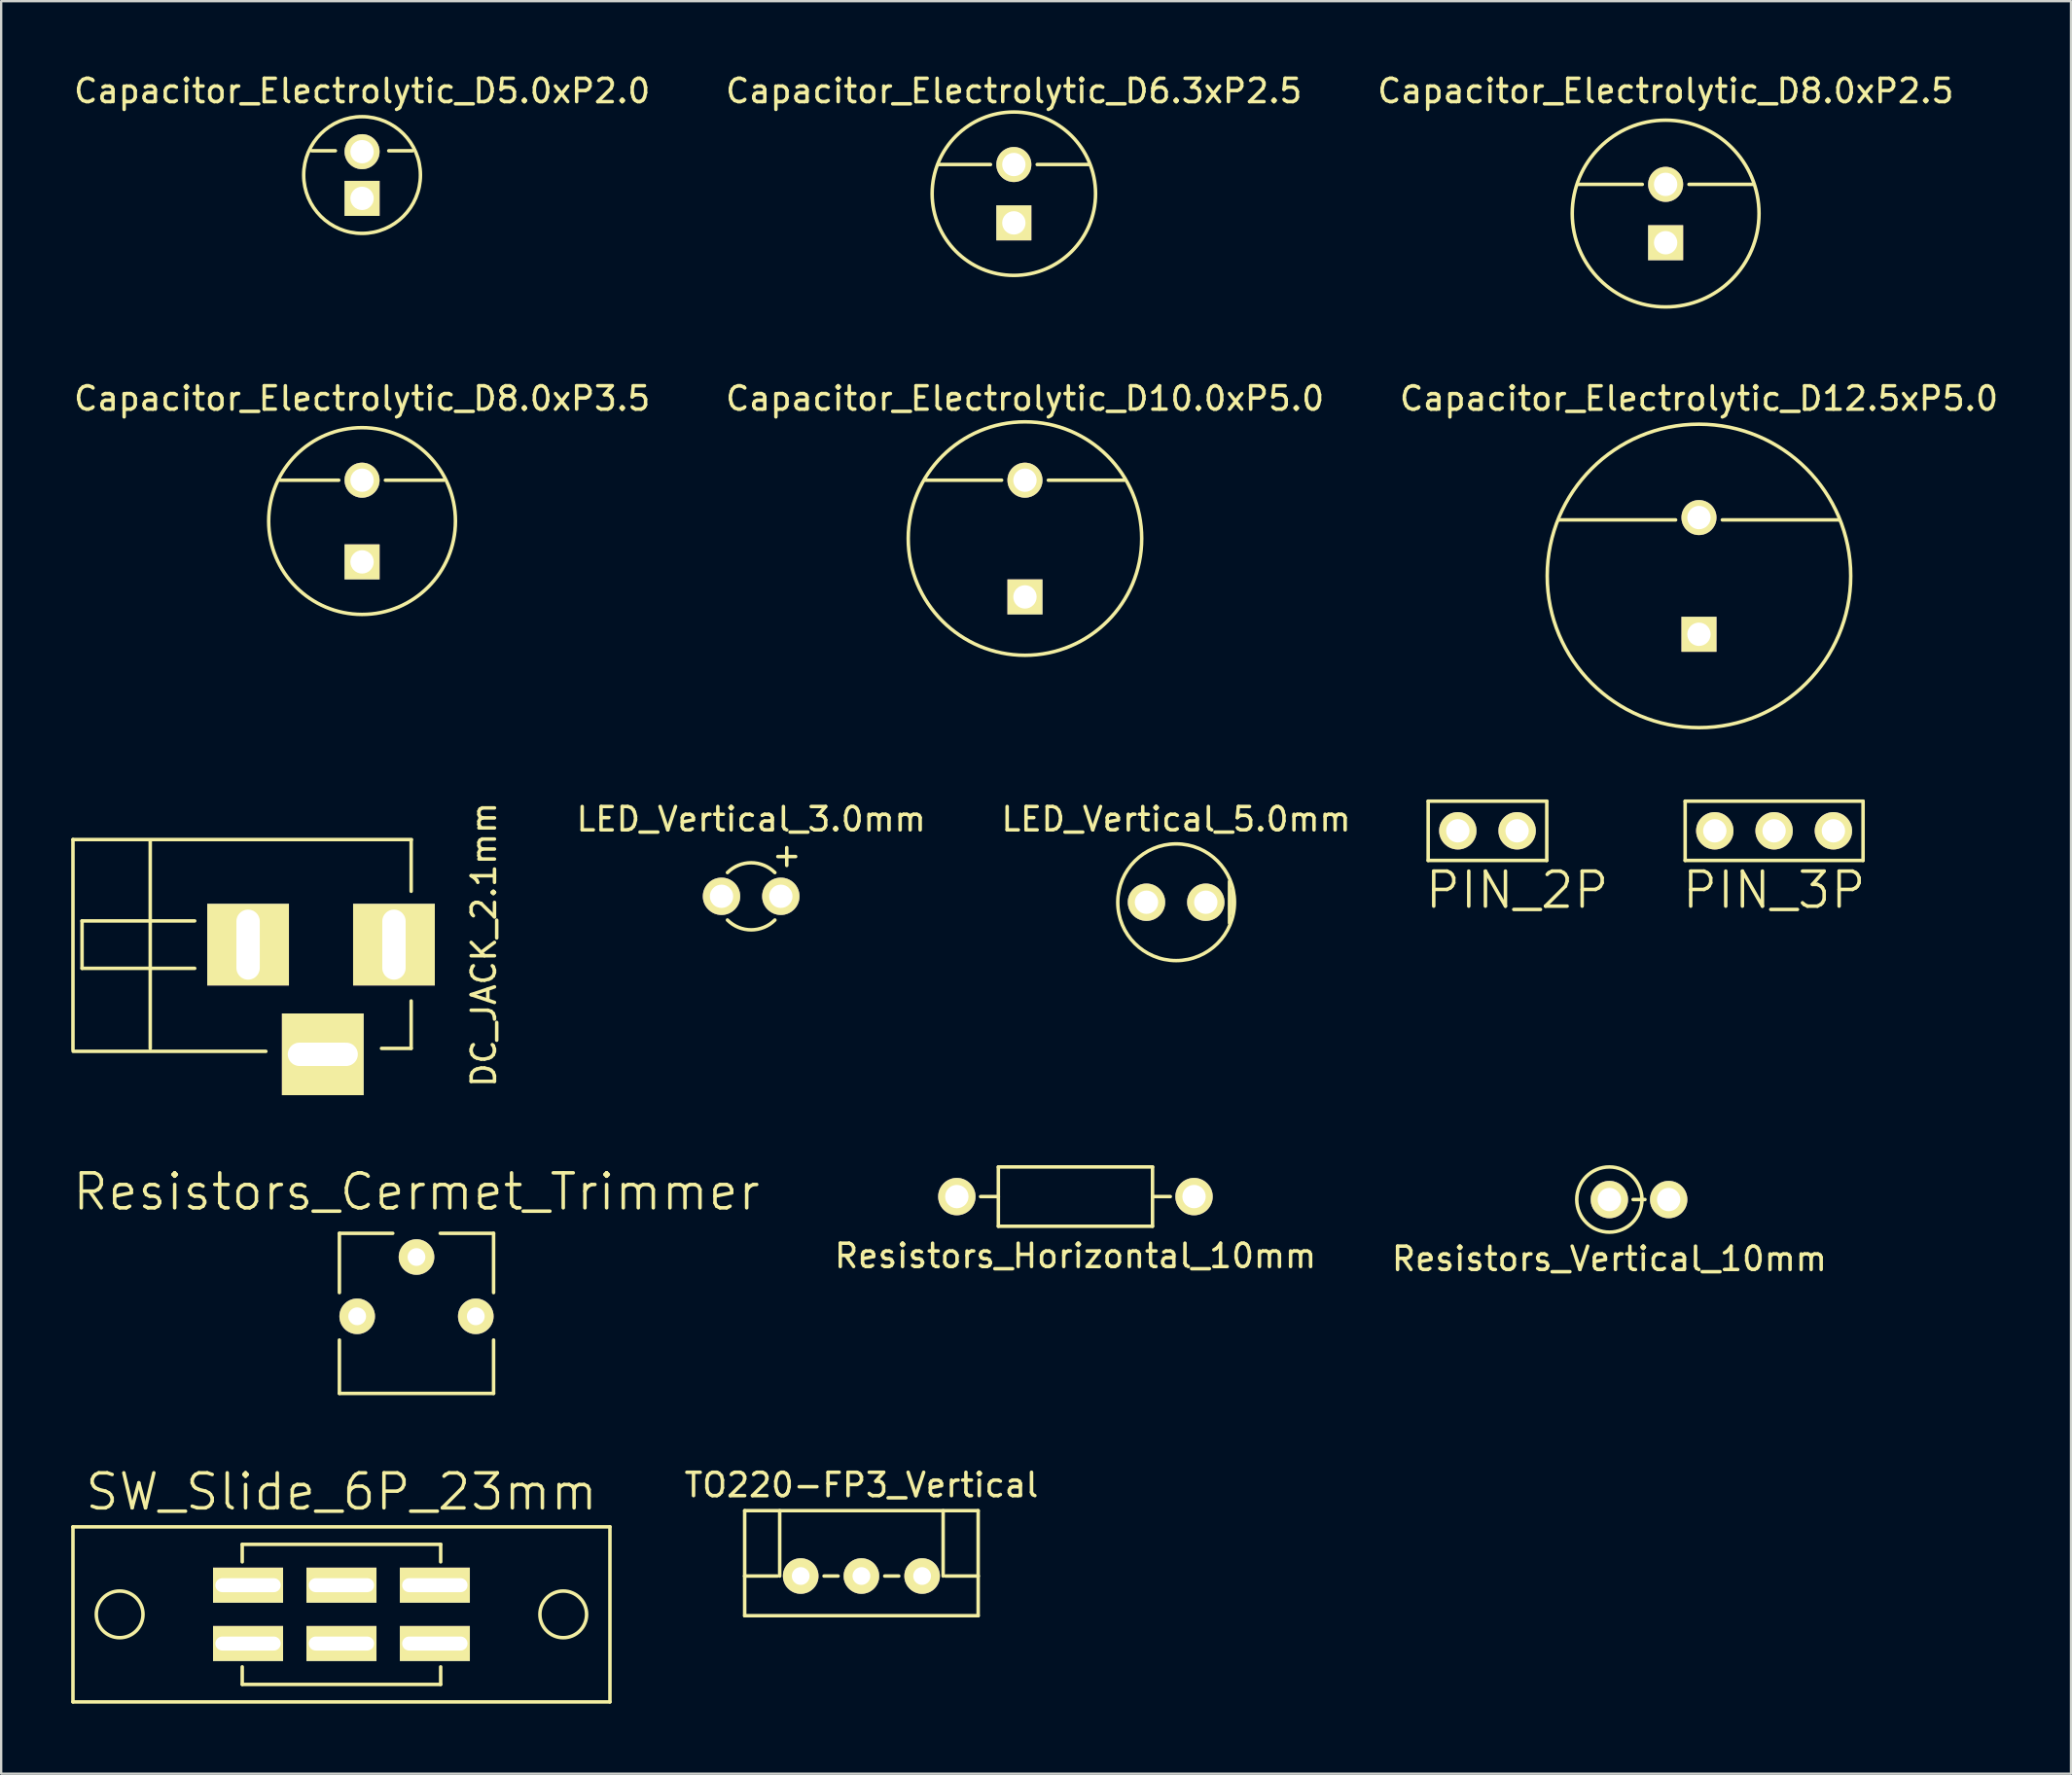
<source format=kicad_pcb>
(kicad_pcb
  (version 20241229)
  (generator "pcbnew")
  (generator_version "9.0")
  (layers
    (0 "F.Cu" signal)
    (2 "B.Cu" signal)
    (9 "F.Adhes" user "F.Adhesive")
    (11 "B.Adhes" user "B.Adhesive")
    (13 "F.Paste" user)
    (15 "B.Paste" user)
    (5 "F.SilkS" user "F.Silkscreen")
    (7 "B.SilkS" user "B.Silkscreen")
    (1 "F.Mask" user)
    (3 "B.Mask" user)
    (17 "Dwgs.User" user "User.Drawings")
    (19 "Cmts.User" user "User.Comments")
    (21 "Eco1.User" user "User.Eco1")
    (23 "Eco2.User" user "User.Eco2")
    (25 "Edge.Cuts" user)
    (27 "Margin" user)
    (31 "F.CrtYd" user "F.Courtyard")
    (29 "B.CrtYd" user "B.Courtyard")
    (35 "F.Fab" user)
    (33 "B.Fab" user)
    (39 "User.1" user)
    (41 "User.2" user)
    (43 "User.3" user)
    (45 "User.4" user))
  (footprint "DC_JACK_2.1mm"
    (layer "F.Cu")
    (at 7.576 37.417)
    (property "Reference" "DC_JACK_2.1mm" (at 10.099 0 90) (layer "F.SilkS") (effects (font (size 1 1) (thickness 0.15))))
    (attr through_hole)
    (fp_line (start -7.501 -4.501) (end -7.501 4.501) (stroke (width 0.15) (type solid)) (layer "F.SilkS"))
    (fp_line (start -7.493 4.572) (end 0.762 4.572) (stroke (width 0.15) (type solid)) (layer "F.SilkS"))
    (fp_line (start -7.112 -1.016) (end -7.112 1.016) (stroke (width 0.15) (type solid)) (layer "F.SilkS"))
    (fp_line (start -7.112 -1.016) (end -2.286 -1.016) (stroke (width 0.15) (type solid)) (layer "F.SilkS"))
    (fp_line (start -7.112 1.016) (end -2.286 1.016) (stroke (width 0.15) (type solid)) (layer "F.SilkS"))
    (fp_line (start -4.191 -4.445) (end -4.191 4.445) (stroke (width 0.15) (type solid)) (layer "F.SilkS"))
    (fp_line (start 6.985 -2.286) (end 6.985 -4.445) (stroke (width 0.15) (type solid)) (layer "F.SilkS"))
    (fp_line (start 6.985 4.445) (end 5.715 4.445) (stroke (width 0.15) (type solid)) (layer "F.SilkS"))
    (fp_line (start 6.985 4.445) (end 6.985 2.413) (stroke (width 0.15) (type solid)) (layer "F.SilkS"))
    (fp_line (start 7 -4.501) (end -7.501 -4.501) (stroke (width 0.15) (type solid)) (layer "F.SilkS"))
    (pad "1" thru_hole rect (at 6.248 0) (size 3.5 3.5) (drill oval 1 3) (layers "*.Cu" "*.Mask" "F.SilkS"))
    (pad "2" thru_hole rect (at 0 0) (size 3.5 3.5) (drill oval 1 3) (layers "*.Cu" "*.Mask" "F.SilkS"))
    (pad "3" thru_hole rect (at 3.2 4.699) (size 3.5 3.5) (drill oval 3 1) (layers "*.Cu" "*.Mask" "F.SilkS")))
  (footprint "Resistors_Horizontal_10mm"
    (layer "F.Cu")
    (at 43.013 48.211)
    (property "Reference" "Resistors_Horizontal_10mm" (at 0 2.54 0) (layer "F.SilkS") (effects (font (size 1 1) (thickness 0.15))))
    (attr through_hole)
    (fp_line (start -3.302 -1.27) (end 3.302 -1.27) (stroke (width 0.15) (type solid)) (layer "F.SilkS"))
    (fp_line (start -3.302 0) (end -4.064 0) (stroke (width 0.15) (type solid)) (layer "F.SilkS"))
    (fp_line (start -3.302 1.27) (end -3.302 -1.27) (stroke (width 0.15) (type solid)) (layer "F.SilkS"))
    (fp_line (start 3.302 -1.27) (end 3.302 1.27) (stroke (width 0.15) (type solid)) (layer "F.SilkS"))
    (fp_line (start 3.302 0) (end 4.064 0) (stroke (width 0.15) (type solid)) (layer "F.SilkS"))
    (fp_line (start 3.302 1.27) (end -3.302 1.27) (stroke (width 0.15) (type solid)) (layer "F.SilkS"))
    (pad "1" thru_hole circle (at -5.08 0) (size 1.6 1.6) (drill 1) (layers "*.Cu" "*.Mask" "F.SilkS"))
    (pad "2" thru_hole circle (at 5.08 0) (size 1.6 1.6) (drill 1) (layers "*.Cu" "*.Mask" "F.SilkS")))
  (footprint "PIN_2P"
    (layer "F.Cu")
    (at 59.391 32.541)
    (property "Reference" "PIN_2P" (at 2.54 2.54 0) (layer "F.SilkS") (effects (font (size 1.5 1.5) (thickness 0.15))))
    (attr through_hole)
    (fp_line (start -1.27 -1.27) (end 3.81 -1.27) (stroke (width 0.15) (type solid)) (layer "F.SilkS"))
    (fp_line (start -1.27 1.27) (end -1.27 -1.27) (stroke (width 0.15) (type solid)) (layer "F.SilkS"))
    (fp_line (start -1.27 1.27) (end 3.81 1.27) (stroke (width 0.15) (type solid)) (layer "F.SilkS"))
    (fp_line (start 3.81 -1.27) (end 3.81 1.27) (stroke (width 0.15) (type solid)) (layer "F.SilkS"))
    (pad "1" thru_hole circle (at 0 0) (size 1.6 1.6) (drill 1) (layers "*.Cu" "*.Mask" "F.SilkS"))
    (pad "2" thru_hole circle (at 2.54 0) (size 1.6 1.6) (drill 1) (layers "*.Cu" "*.Mask" "F.SilkS")))
  (footprint "Resistors_Cermet_Trimmer"
    (layer "F.Cu")
    (at 14.789 50.8)
    (property "Reference" "Resistors_Cermet_Trimmer" (at 0 -2.794 0) (layer "F.SilkS") (effects (font (size 1.5 1.5) (thickness 0.15))))
    (attr through_hole)
    (fp_line (start -3.302 -1.016) (end -3.302 1.524) (stroke (width 0.15) (type solid)) (layer "F.SilkS"))
    (fp_line (start -3.302 3.556) (end -3.302 5.842) (stroke (width 0.15) (type solid)) (layer "F.SilkS"))
    (fp_line (start -3.302 5.842) (end 3.302 5.842) (stroke (width 0.15) (type solid)) (layer "F.SilkS"))
    (fp_line (start -1.016 -1.016) (end -3.302 -1.016) (stroke (width 0.15) (type solid)) (layer "F.SilkS"))
    (fp_line (start 1.016 -1.016) (end 3.302 -1.016) (stroke (width 0.15) (type solid)) (layer "F.SilkS"))
    (fp_line (start 3.302 -1.016) (end 3.302 1.524) (stroke (width 0.15) (type solid)) (layer "F.SilkS"))
    (fp_line (start 3.302 5.842) (end 3.302 3.556) (stroke (width 0.15) (type solid)) (layer "F.SilkS"))
    (pad "1" thru_hole circle (at 2.54 2.54) (size 1.524 1.524) (drill 0.762) (layers "*.Cu" "*.Mask" "F.SilkS"))
    (pad "2" thru_hole circle (at 0 0) (size 1.524 1.524) (drill 0.762) (layers "*.Cu" "*.Mask" "F.SilkS"))
    (pad "3" thru_hole circle (at -2.54 2.54) (size 1.524 1.524) (drill 0.762) (layers "*.Cu" "*.Mask" "F.SilkS")))
  (footprint "PIN_3P"
    (layer "F.Cu")
    (at 72.938 32.541)
    (property "Reference" "PIN_3P" (at 0 2.54 0) (layer "F.SilkS") (effects (font (size 1.5 1.5) (thickness 0.15))))
    (attr through_hole)
    (fp_line (start -3.81 -1.27) (end 3.81 -1.27) (stroke (width 0.15) (type solid)) (layer "F.SilkS"))
    (fp_line (start -3.81 1.27) (end -3.81 -1.27) (stroke (width 0.15) (type solid)) (layer "F.SilkS"))
    (fp_line (start 3.81 -1.27) (end 3.81 1.27) (stroke (width 0.15) (type solid)) (layer "F.SilkS"))
    (fp_line (start 3.81 1.27) (end -3.81 1.27) (stroke (width 0.15) (type solid)) (layer "F.SilkS"))
    (pad "1" thru_hole circle (at -2.54 0) (size 1.6 1.6) (drill 1) (layers "*.Cu" "*.Mask" "F.SilkS"))
    (pad "2" thru_hole circle (at 0 0) (size 1.6 1.6) (drill 1) (layers "*.Cu" "*.Mask" "F.SilkS"))
    (pad "3" thru_hole circle (at 2.54 0) (size 1.6 1.6) (drill 1) (layers "*.Cu" "*.Mask" "F.SilkS")))
  (footprint "Capacitor_Electrolytic_D10.0xP5.0"
    (layer "F.Cu")
    (at 40.851 20.021)
    (property "Reference" "Capacitor_Electrolytic_D10.0xP5.0" (at 0 -6 0) (layer "F.SilkS") (effects (font (size 1 1) (thickness 0.15))))
    (attr through_hole)
    (fp_line (start -1 -2.5) (end -4.25 -2.5) (stroke (width 0.15) (type solid)) (layer "F.SilkS"))
    (fp_line (start 1 -2.5) (end 4.25 -2.5) (stroke (width 0.15) (type solid)) (layer "F.SilkS"))
    (fp_circle (center 0 0) (end 5 0) (stroke (width 0.15) (type solid)) (fill no) (layer "F.SilkS"))
    (pad "1" thru_hole rect (at 0 2.5) (size 1.5 1.5) (drill 1) (layers "*.Cu" "*.Mask" "F.SilkS"))
    (pad "2" thru_hole circle (at 0 -2.5) (size 1.5 1.5) (drill 1) (layers "*.Cu" "*.Mask" "F.SilkS")))
  (footprint "Capacitor_Electrolytic_D6.3xP2.5"
    (layer "F.Cu")
    (at 40.375 5.248)
    (property "Reference" "Capacitor_Electrolytic_D6.3xP2.5" (at 0 -4.4 0) (layer "F.SilkS") (effects (font (size 1 1) (thickness 0.15))))
    (attr through_hole)
    (fp_line (start -1 -1.25) (end -3.25 -1.25) (stroke (width 0.15) (type solid)) (layer "F.SilkS"))
    (fp_line (start 1 -1.25) (end 3.25 -1.25) (stroke (width 0.15) (type solid)) (layer "F.SilkS"))
    (fp_circle (center 0 0) (end 3.5 0) (stroke (width 0.15) (type solid)) (fill no) (layer "F.SilkS"))
    (pad "1" thru_hole rect (at 0 1.25) (size 1.5 1.5) (drill 1) (layers "*.Cu" "*.Mask" "F.SilkS"))
    (pad "2" thru_hole circle (at 0 -1.25) (size 1.5 1.5) (drill 1) (layers "*.Cu" "*.Mask" "F.SilkS")))
  (footprint "Capacitor_Electrolytic_D12.5xP5.0"
    (layer "F.Cu")
    (at 69.72 21.622)
    (property "Reference" "Capacitor_Electrolytic_D12.5xP5.0" (at 0 -7.6 0) (layer "F.SilkS") (effects (font (size 1 1) (thickness 0.15))))
    (attr through_hole)
    (fp_line (start -1 -2.4) (end -6 -2.4) (stroke (width 0.15) (type solid)) (layer "F.SilkS"))
    (fp_line (start 6 -2.4) (end 1 -2.4) (stroke (width 0.15) (type solid)) (layer "F.SilkS"))
    (fp_circle (center 0 0) (end 6.5 0) (stroke (width 0.15) (type solid)) (fill no) (layer "F.SilkS"))
    (pad "1" thru_hole rect (at 0 2.5) (size 1.5 1.5) (drill 1) (layers "*.Cu" "*.Mask" "F.SilkS"))
    (pad "2" thru_hole circle (at 0 -2.5) (size 1.5 1.5) (drill 1) (layers "*.Cu" "*.Mask" "F.SilkS")))
  (footprint "Resistors_Vertical_10mm"
    (layer "F.Cu")
    (at 65.882 48.338)
    (property "Reference" "Resistors_Vertical_10mm" (at 0 2.54 0) (layer "F.SilkS") (effects (font (size 1 1) (thickness 0.15))))
    (attr through_hole)
    (fp_line (start 1.016 0) (end 1.524 0) (stroke (width 0.15) (type solid)) (layer "F.SilkS"))
    (fp_circle (center 0 0) (end 1.397 0) (stroke (width 0.15) (type solid)) (fill no) (layer "F.SilkS"))
    (pad "1" thru_hole circle (at 0 0) (size 1.6 1.6) (drill 1) (layers "*.Cu" "*.Mask" "F.SilkS"))
    (pad "2" thru_hole circle (at 2.54 0) (size 1.6 1.6) (drill 1) (layers "*.Cu" "*.Mask" "F.SilkS")))
  (footprint "Capacitor_Electrolytic_D5.0xP2.0"
    (layer "F.Cu")
    (at 12.458 4.448)
    (property "Reference" "Capacitor_Electrolytic_D5.0xP2.0" (at 0 -3.6 0) (layer "F.SilkS") (effects (font (size 1 1) (thickness 0.15))))
    (attr through_hole)
    (fp_line (start -2.159 -1.04) (end -1.143 -1.04) (stroke (width 0.15) (type solid)) (layer "F.SilkS"))
    (fp_line (start 1.143 -1.04) (end 2.159 -1.04) (stroke (width 0.15) (type solid)) (layer "F.SilkS"))
    (fp_circle (center 0 0) (end 2.5 0) (stroke (width 0.15) (type solid)) (fill no) (layer "F.SilkS"))
    (pad "1" thru_hole rect (at 0 1) (size 1.5 1.5) (drill 1) (layers "*.Cu" "*.Mask" "F.SilkS"))
    (pad "2" thru_hole circle (at 0 -1) (size 1.5 1.5) (drill 1) (layers "*.Cu" "*.Mask" "F.SilkS")))
  (footprint "LED_Vertical_5.0mm"
    (layer "F.Cu")
    (at 46.056 35.601)
    (property "Reference" "LED_Vertical_5.0mm" (at 1.27 -3.556 0) (layer "F.SilkS") (effects (font (size 1 1) (thickness 0.15))))
    (attr through_hole)
    (fp_line (start 3.556 -0.889) (end 3.556 0.889) (stroke (width 0.15) (type solid)) (layer "F.SilkS"))
    (fp_line (start 3.683 -0.508) (end 3.683 0.508) (stroke (width 0.15) (type solid)) (layer "F.SilkS"))
    (fp_circle (center 1.27 0) (end -1.23 0) (stroke (width 0.15) (type solid)) (fill no) (layer "F.SilkS"))
    (pad "1" thru_hole circle (at 0 0) (size 1.6 1.6) (drill 1) (layers "*.Cu" "*.Mask" "F.SilkS"))
    (pad "2" thru_hole circle (at 2.54 0) (size 1.6 1.6) (drill 1) (layers "*.Cu" "*.Mask" "F.SilkS")))
  (footprint "SW_Slide_6P_23mm"
    (layer "F.Cu")
    (at 11.575 66.108)
    (property "Reference" "SW_Slide_6P_23mm" (at 0 -5.25 0) (layer "F.SilkS") (effects (font (size 1.5 1.5) (thickness 0.15))))
    (attr through_hole)
    (fp_line (start -11.5 3.75) (end -11.5 -3.75) (stroke (width 0.15) (type solid)) (layer "F.SilkS"))
    (fp_line (start -11.5 3.75) (end 11.5 3.75) (stroke (width 0.15) (type solid)) (layer "F.SilkS"))
    (fp_line (start -4.25 -3) (end -4.25 -2.25) (stroke (width 0.15) (type solid)) (layer "F.SilkS"))
    (fp_line (start -4.25 -3) (end 4.25 -3) (stroke (width 0.15) (type solid)) (layer "F.SilkS"))
    (fp_line (start -4.25 3) (end -4.25 2.25) (stroke (width 0.15) (type solid)) (layer "F.SilkS"))
    (fp_line (start 4.25 -3) (end 4.25 -2.25) (stroke (width 0.15) (type solid)) (layer "F.SilkS"))
    (fp_line (start 4.25 3) (end -4.25 3) (stroke (width 0.15) (type solid)) (layer "F.SilkS"))
    (fp_line (start 4.25 3) (end 4.25 2.25) (stroke (width 0.15) (type solid)) (layer "F.SilkS"))
    (fp_line (start 11.5 -3.75) (end -11.5 -3.75) (stroke (width 0.15) (type solid)) (layer "F.SilkS"))
    (fp_line (start 11.5 3.75) (end 11.5 -3.75) (stroke (width 0.15) (type solid)) (layer "F.SilkS"))
    (fp_circle (center -9.5 0) (end -8.5 0) (stroke (width 0.15) (type solid)) (fill no) (layer "F.SilkS"))
    (fp_circle (center 9.5 0) (end 10.5 0) (stroke (width 0.15) (type solid)) (fill no) (layer "F.SilkS"))
    (pad "1" thru_hole rect (at -4 -1.25) (size 3 1.5) (drill oval 2.8 0.6) (layers "*.Cu" "*.Mask" "F.SilkS"))
    (pad "2" thru_hole rect (at 0 -1.25) (size 3 1.5) (drill oval 2.8 0.6) (layers "*.Cu" "*.Mask" "F.SilkS"))
    (pad "3" thru_hole rect (at 4 -1.25) (size 3 1.5) (drill oval 2.8 0.6) (layers "*.Cu" "*.Mask" "F.SilkS"))
    (pad "4" thru_hole rect (at -4 1.25) (size 3 1.5) (drill oval 2.8 0.6) (layers "*.Cu" "*.Mask" "F.SilkS"))
    (pad "5" thru_hole rect (at 0 1.25) (size 3 1.5) (drill oval 2.8 0.6) (layers "*.Cu" "*.Mask" "F.SilkS"))
    (pad "6" thru_hole rect (at 4 1.25) (size 3 1.5) (drill oval 2.8 0.6) (layers "*.Cu" "*.Mask" "F.SilkS")))
  (footprint "TO220-FP3_Vertical"
    (layer "F.Cu")
    (at 33.846 64.466)
    (property "Reference" "TO220-FP3_Vertical" (at 0 -3.9 0) (layer "F.SilkS") (effects (font (size 1 1) (thickness 0.15))))
    (attr through_hole)
    (fp_line (start -5 -2.8) (end 5 -2.8) (stroke (width 0.15) (type solid)) (layer "F.SilkS"))
    (fp_line (start -5 0) (end -5 -2.8) (stroke (width 0.15) (type solid)) (layer "F.SilkS"))
    (fp_line (start -5 0) (end -5 1.7) (stroke (width 0.15) (type solid)) (layer "F.SilkS"))
    (fp_line (start -5 0) (end -3.6 0) (stroke (width 0.15) (type solid)) (layer "F.SilkS"))
    (fp_line (start -5 1.7) (end 5 1.7) (stroke (width 0.15) (type solid)) (layer "F.SilkS"))
    (fp_line (start -3.5 -2.8) (end -3.5 0) (stroke (width 0.15) (type solid)) (layer "F.SilkS"))
    (fp_line (start -1.6 0) (end -1 0) (stroke (width 0.15) (type solid)) (layer "F.SilkS"))
    (fp_line (start 1 0) (end 1.6 0) (stroke (width 0.15) (type solid)) (layer "F.SilkS"))
    (fp_line (start 3.5 0) (end 3.5 -2.8) (stroke (width 0.15) (type solid)) (layer "F.SilkS"))
    (fp_line (start 3.6 0) (end 5 0) (stroke (width 0.15) (type solid)) (layer "F.SilkS"))
    (fp_line (start 5 -2.8) (end 5 0) (stroke (width 0.15) (type solid)) (layer "F.SilkS"))
    (fp_line (start 5 1.7) (end 5 0) (stroke (width 0.15) (type solid)) (layer "F.SilkS"))
    (pad "1" thru_hole circle (at -2.6 0) (size 1.524 1.524) (drill 0.762) (layers "*.Cu" "*.Mask" "F.SilkS"))
    (pad "2" thru_hole circle (at 0 0) (size 1.524 1.524) (drill 0.762) (layers "*.Cu" "*.Mask" "F.SilkS"))
    (pad "3" thru_hole circle (at 2.6 0) (size 1.524 1.524) (drill 0.762) (layers "*.Cu" "*.Mask" "F.SilkS")))
  (footprint "LED_Vertical_3.0mm"
    (layer "F.Cu")
    (at 27.854 35.347)
    (property "Reference" "LED_Vertical_3.0mm" (at 1.27 -3.302 0) (layer "F.SilkS") (effects (font (size 1 1) (thickness 0.15))))
    (attr through_hole)
    (fp_arc (start 0.254 -1.016) (mid 1.27 -1.436841) (end 2.286 -1.016) (stroke (width 0.15) (type solid)) (layer "F.SilkS"))
    (fp_arc (start 2.286 1.016) (mid 1.27 1.436841) (end 0.254 1.016) (stroke (width 0.15) (type solid)) (layer "F.SilkS"))
    (fp_text user "+" (at 2.794 -1.778 0) (layer "F.SilkS") (effects (font (size 1 1) (thickness 0.15))))
    (pad "1" thru_hole circle (at 0 0) (size 1.6 1.6) (drill 1) (layers "*.Cu" "*.Mask" "F.SilkS"))
    (pad "2" thru_hole circle (at 2.54 0) (size 1.6 1.6) (drill 1) (layers "*.Cu" "*.Mask" "F.SilkS")))
  (footprint "Capacitor_Electrolytic_D8.0xP2.5"
    (layer "F.Cu")
    (at 68.292 6.098)
    (property "Reference" "Capacitor_Electrolytic_D8.0xP2.5" (at 0 -5.25 0) (layer "F.SilkS") (effects (font (size 1 1) (thickness 0.15))))
    (attr through_hole)
    (fp_line (start -1 -1.25) (end -3.75 -1.25) (stroke (width 0.15) (type solid)) (layer "F.SilkS"))
    (fp_line (start 1 -1.25) (end 3.75 -1.25) (stroke (width 0.15) (type solid)) (layer "F.SilkS"))
    (fp_circle (center 0 0) (end 4 0) (stroke (width 0.15) (type solid)) (fill no) (layer "F.SilkS"))
    (pad "1" thru_hole rect (at 0 1.25) (size 1.5 1.5) (drill 1) (layers "*.Cu" "*.Mask" "F.SilkS"))
    (pad "2" thru_hole circle (at 0 -1.25) (size 1.5 1.5) (drill 1) (layers "*.Cu" "*.Mask" "F.SilkS")))
  (footprint "Capacitor_Electrolytic_D8.0xP3.5"
    (layer "F.Cu")
    (at 12.458 19.271)
    (property "Reference" "Capacitor_Electrolytic_D8.0xP3.5" (at 0 -5.25 0) (layer "F.SilkS") (effects (font (size 1 1) (thickness 0.15))))
    (attr through_hole)
    (fp_line (start -1 -1.75) (end -3.5 -1.75) (stroke (width 0.15) (type solid)) (layer "F.SilkS"))
    (fp_line (start 1 -1.75) (end 3.5 -1.75) (stroke (width 0.15) (type solid)) (layer "F.SilkS"))
    (fp_circle (center 0 0) (end 4 0) (stroke (width 0.15) (type solid)) (fill no) (layer "F.SilkS"))
    (pad "1" thru_hole rect (at 0 1.75) (size 1.5 1.5) (drill 1) (layers "*.Cu" "*.Mask" "F.SilkS"))
    (pad "2" thru_hole circle (at 0 -1.75) (size 1.5 1.5) (drill 1) (layers "*.Cu" "*.Mask" "F.SilkS")))
  (gr_rect
    (start -3 -3)
    (end 85.655 72.933)
    (stroke (width 0.1) (type default))
    (fill no)
    (layer "Edge.Cuts")))
</source>
